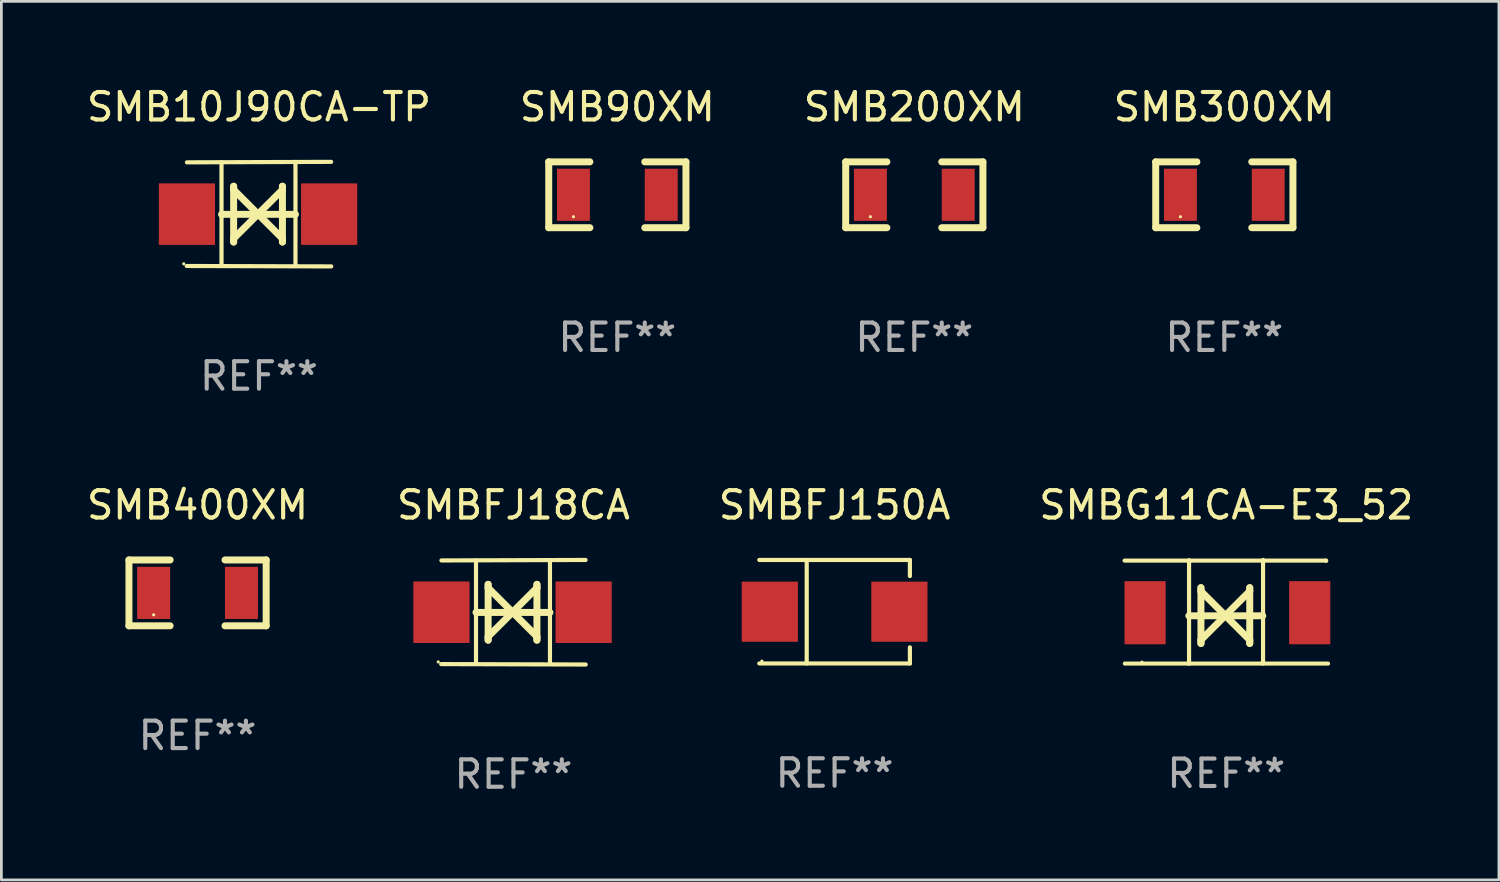
<source format=kicad_pcb>
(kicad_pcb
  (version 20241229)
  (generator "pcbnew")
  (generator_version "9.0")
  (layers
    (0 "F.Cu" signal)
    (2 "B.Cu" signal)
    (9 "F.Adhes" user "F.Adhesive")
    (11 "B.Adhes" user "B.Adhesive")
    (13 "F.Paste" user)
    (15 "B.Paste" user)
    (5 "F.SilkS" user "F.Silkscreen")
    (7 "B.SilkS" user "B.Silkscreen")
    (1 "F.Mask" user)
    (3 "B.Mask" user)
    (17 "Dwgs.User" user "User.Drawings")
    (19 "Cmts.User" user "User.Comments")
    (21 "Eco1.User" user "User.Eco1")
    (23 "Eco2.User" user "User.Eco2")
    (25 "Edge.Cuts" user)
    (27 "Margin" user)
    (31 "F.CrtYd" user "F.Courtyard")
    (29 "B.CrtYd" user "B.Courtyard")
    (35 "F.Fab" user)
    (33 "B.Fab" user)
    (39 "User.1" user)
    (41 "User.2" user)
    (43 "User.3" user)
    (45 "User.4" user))
  (footprint "SMB400XM"
    (layer "F.Cu")
    (at 4.149 18.555)
    (property "Reference" "SMB400XM" (at 0 -3.2 0) (layer "F.SilkS") (effects (font (size 1 1) (thickness 0.15))))
    (attr through_hole)
    (fp_line (start -2.5 -1.2) (end -2.5 1.2) (stroke (width 0.254) (type solid)) (layer "F.SilkS"))
    (fp_line (start -1 -1.2) (end -2.5 -1.2) (stroke (width 0.254) (type solid)) (layer "F.SilkS"))
    (fp_line (start -1 1.2) (end -2.5 1.2) (stroke (width 0.254) (type solid)) (layer "F.SilkS"))
    (fp_line (start 1 -1.2) (end 2.5 -1.2) (stroke (width 0.254) (type solid)) (layer "F.SilkS"))
    (fp_line (start 1 1.2) (end 2.5 1.2) (stroke (width 0.254) (type solid)) (layer "F.SilkS"))
    (fp_line (start 2.5 -1.2) (end 2.5 1.2) (stroke (width 0.254) (type solid)) (layer "F.SilkS"))
    (fp_circle (center -1.6 0.8) (end -1.57 0.8) (stroke (width 0.06) (type solid)) (fill no) (layer "F.SilkS"))
    (fp_text user "REF**" (at 0 5.2 0) (layer "F.Fab") (effects (font (size 1 1) (thickness 0.15))))
    (pad "1" smd rect (at -1.6 0) (size 1.2 1.9) (layers "F.Cu" "F.Mask" "F.Paste"))
    (pad "2" smd rect (at 1.6 0) (size 1.2 1.9) (layers "F.Cu" "F.Mask" "F.Paste")))
  (footprint "SMB300XM"
    (layer "F.Cu")
    (at 41.565 4.048)
    (property "Reference" "SMB300XM" (at 0 -3.2 0) (layer "F.SilkS") (effects (font (size 1 1) (thickness 0.15))))
    (attr through_hole)
    (fp_line (start -2.5 -1.2) (end -2.5 1.2) (stroke (width 0.254) (type solid)) (layer "F.SilkS"))
    (fp_line (start -1 -1.2) (end -2.5 -1.2) (stroke (width 0.254) (type solid)) (layer "F.SilkS"))
    (fp_line (start -1 1.2) (end -2.5 1.2) (stroke (width 0.254) (type solid)) (layer "F.SilkS"))
    (fp_line (start 1 -1.2) (end 2.5 -1.2) (stroke (width 0.254) (type solid)) (layer "F.SilkS"))
    (fp_line (start 1 1.2) (end 2.5 1.2) (stroke (width 0.254) (type solid)) (layer "F.SilkS"))
    (fp_line (start 2.5 -1.2) (end 2.5 1.2) (stroke (width 0.254) (type solid)) (layer "F.SilkS"))
    (fp_circle (center -1.6 0.8) (end -1.57 0.8) (stroke (width 0.06) (type solid)) (fill no) (layer "F.SilkS"))
    (fp_text user "REF**" (at 0 5.2 0) (layer "F.Fab") (effects (font (size 1 1) (thickness 0.15))))
    (pad "1" smd rect (at -1.6 0) (size 1.2 1.9) (layers "F.Cu" "F.Mask" "F.Paste"))
    (pad "2" smd rect (at 1.6 0) (size 1.2 1.9) (layers "F.Cu" "F.Mask" "F.Paste")))
  (footprint "SMBFJ150A"
    (layer "F.Cu")
    (at 27.363 19.241)
    (property "Reference" "SMBFJ150A" (at 0 -3.886 0) (layer "F.SilkS") (effects (font (size 1 1) (thickness 0.15))))
    (attr through_hole)
    (fp_line (start -2.744 -1.886) (end 2.744 -1.886) (stroke (width 0.152) (type solid)) (layer "F.SilkS"))
    (fp_line (start -2.744 1.886) (end 2.744 1.886) (stroke (width 0.152) (type solid)) (layer "F.SilkS"))
    (fp_line (start -1.016 -1.886) (end -1.016 1.886) (stroke (width 0.152) (type solid)) (layer "F.SilkS"))
    (fp_line (start 2.744 -1.886) (end 2.744 -1.299) (stroke (width 0.152) (type solid)) (layer "F.SilkS"))
    (fp_line (start 2.744 1.886) (end 2.744 1.299) (stroke (width 0.152) (type solid)) (layer "F.SilkS"))
    (fp_circle (center -2.65 1.8) (end -2.62 1.8) (stroke (width 0.06) (type solid)) (fill no) (layer "F.SilkS"))
    (fp_text user "REF**" (at 0 5.886 0) (layer "F.Fab") (effects (font (size 1 1) (thickness 0.15))))
    (pad "1" smd rect (at -2.361 0) (size 2.047 2.192) (layers "F.Cu" "F.Mask" "F.Paste"))
    (pad "2" smd rect (at 2.361 0) (size 2.047 2.192) (layers "F.Cu" "F.Mask" "F.Paste")))
  (footprint "SMB200XM"
    (layer "F.Cu")
    (at 30.268 4.048)
    (property "Reference" "SMB200XM" (at 0 -3.2 0) (layer "F.SilkS") (effects (font (size 1 1) (thickness 0.15))))
    (attr through_hole)
    (fp_line (start -2.5 -1.2) (end -2.5 1.2) (stroke (width 0.254) (type solid)) (layer "F.SilkS"))
    (fp_line (start -1 -1.2) (end -2.5 -1.2) (stroke (width 0.254) (type solid)) (layer "F.SilkS"))
    (fp_line (start -1 1.2) (end -2.5 1.2) (stroke (width 0.254) (type solid)) (layer "F.SilkS"))
    (fp_line (start 1 -1.2) (end 2.5 -1.2) (stroke (width 0.254) (type solid)) (layer "F.SilkS"))
    (fp_line (start 1 1.2) (end 2.5 1.2) (stroke (width 0.254) (type solid)) (layer "F.SilkS"))
    (fp_line (start 2.5 -1.2) (end 2.5 1.2) (stroke (width 0.254) (type solid)) (layer "F.SilkS"))
    (fp_circle (center -1.6 0.8) (end -1.57 0.8) (stroke (width 0.06) (type solid)) (fill no) (layer "F.SilkS"))
    (fp_text user "REF**" (at 0 5.2 0) (layer "F.Fab") (effects (font (size 1 1) (thickness 0.15))))
    (pad "1" smd rect (at -1.6 0) (size 1.2 1.9) (layers "F.Cu" "F.Mask" "F.Paste"))
    (pad "2" smd rect (at 1.6 0) (size 1.2 1.9) (layers "F.Cu" "F.Mask" "F.Paste")))
  (footprint "SMB90XM"
    (layer "F.Cu")
    (at 19.446 4.048)
    (property "Reference" "SMB90XM" (at 0 -3.2 0) (layer "F.SilkS") (effects (font (size 1 1) (thickness 0.15))))
    (attr through_hole)
    (fp_line (start -2.5 -1.2) (end -2.5 1.2) (stroke (width 0.254) (type solid)) (layer "F.SilkS"))
    (fp_line (start -1 -1.2) (end -2.5 -1.2) (stroke (width 0.254) (type solid)) (layer "F.SilkS"))
    (fp_line (start -1 1.2) (end -2.5 1.2) (stroke (width 0.254) (type solid)) (layer "F.SilkS"))
    (fp_line (start 1 -1.2) (end 2.5 -1.2) (stroke (width 0.254) (type solid)) (layer "F.SilkS"))
    (fp_line (start 1 1.2) (end 2.5 1.2) (stroke (width 0.254) (type solid)) (layer "F.SilkS"))
    (fp_line (start 2.5 -1.2) (end 2.5 1.2) (stroke (width 0.254) (type solid)) (layer "F.SilkS"))
    (fp_circle (center -1.6 0.8) (end -1.57 0.8) (stroke (width 0.06) (type solid)) (fill no) (layer "F.SilkS"))
    (fp_text user "REF**" (at 0 5.2 0) (layer "F.Fab") (effects (font (size 1 1) (thickness 0.15))))
    (pad "1" smd rect (at -1.6 0) (size 1.2 1.9) (layers "F.Cu" "F.Mask" "F.Paste"))
    (pad "2" smd rect (at 1.6 0) (size 1.2 1.9) (layers "F.Cu" "F.Mask" "F.Paste")))
  (footprint "SMB10J90CA-TP"
    (layer "F.Cu")
    (at 6.387 4.753)
    (property "Reference" "SMB10J90CA-TP" (at 0 -3.905 0) (layer "F.SilkS") (effects (font (size 1 1) (thickness 0.15))))
    (attr through_hole)
    (fp_line (start -1.365 1.886) (end -1.365 -1.886) (stroke (width 0.152) (type solid)) (layer "F.SilkS"))
    (fp_line (start -1.365 0.008) (end 1.33 0.008) (stroke (width 0.254) (type solid)) (layer "F.SilkS"))
    (fp_line (start -0.923 -1.016) (end -0.923 1.016) (stroke (width 0.254) (type solid)) (layer "F.SilkS"))
    (fp_line (start -0.923 -0.889) (end -0.923 -1.016) (stroke (width 0.254) (type solid)) (layer "F.SilkS"))
    (fp_line (start -0.923 0.889) (end -0.034 0) (stroke (width 0.254) (type solid)) (layer "F.SilkS"))
    (fp_line (start -0.923 1.016) (end -0.923 0.889) (stroke (width 0.254) (type solid)) (layer "F.SilkS"))
    (fp_line (start -0.034 0) (end -0.923 -0.889) (stroke (width 0.254) (type solid)) (layer "F.SilkS"))
    (fp_line (start -0.034 0) (end 0.855 0.889) (stroke (width 0.254) (type solid)) (layer "F.SilkS"))
    (fp_line (start 0.855 -1.016) (end 0.855 -0.889) (stroke (width 0.254) (type solid)) (layer "F.SilkS"))
    (fp_line (start 0.855 -0.889) (end -0.034 0) (stroke (width 0.254) (type solid)) (layer "F.SilkS"))
    (fp_line (start 0.855 0.889) (end 0.855 1.016) (stroke (width 0.254) (type solid)) (layer "F.SilkS"))
    (fp_line (start 0.855 1.016) (end 0.855 -1.016) (stroke (width 0.254) (type solid)) (layer "F.SilkS"))
    (fp_line (start 1.33 1.886) (end 1.33 -1.886) (stroke (width 0.152) (type solid)) (layer "F.SilkS"))
    (fp_line (start 2.629 -1.905) (end -2.625 -1.887) (stroke (width 0.152) (type solid)) (layer "F.SilkS"))
    (fp_line (start 2.633 1.905) (end -2.633 1.89) (stroke (width 0.152) (type solid)) (layer "F.SilkS"))
    (fp_circle (center -2.741 1.81) (end -2.711 1.81) (stroke (width 0.06) (type solid)) (fill no) (layer "F.SilkS"))
    (fp_text user "REF**" (at 0 5.905 0) (layer "F.Fab") (effects (font (size 1 1) (thickness 0.15))))
    (pad "1" smd rect (at -2.625 0) (size 2.047 2.241) (layers "F.Cu" "F.Mask" "F.Paste"))
    (pad "2" smd rect (at 2.557 0) (size 2.047 2.241) (layers "F.Cu" "F.Mask" "F.Paste")))
  (footprint "SMBG11CA-E3_52"
    (layer "F.Cu")
    (at 41.637 19.246)
    (property "Reference" "SMBG11CA-E3_52" (at 0 -3.891 0) (layer "F.SilkS") (effects (font (size 1 1) (thickness 0.15))))
    (attr through_hole)
    (fp_line (start -3.707 -1.868) (end 3.631 -1.868) (stroke (width 0.15) (type solid)) (layer "F.SilkS"))
    (fp_line (start -3.697 1.885) (end 3.707 1.885) (stroke (width 0.15) (type solid)) (layer "F.SilkS"))
    (fp_line (start -1.366 0.144) (end 1.329 0.144) (stroke (width 0.254) (type solid)) (layer "F.SilkS"))
    (fp_line (start -1.357 1.891) (end -1.357 -1.881) (stroke (width 0.152) (type solid)) (layer "F.SilkS"))
    (fp_line (start -0.924 -0.88) (end -0.924 1.152) (stroke (width 0.254) (type solid)) (layer "F.SilkS"))
    (fp_line (start -0.924 -0.753) (end -0.924 -0.88) (stroke (width 0.254) (type solid)) (layer "F.SilkS"))
    (fp_line (start -0.924 1.025) (end -0.035 0.136) (stroke (width 0.254) (type solid)) (layer "F.SilkS"))
    (fp_line (start -0.924 1.152) (end -0.924 1.025) (stroke (width 0.254) (type solid)) (layer "F.SilkS"))
    (fp_line (start -0.035 0.136) (end -0.924 -0.753) (stroke (width 0.254) (type solid)) (layer "F.SilkS"))
    (fp_line (start -0.035 0.136) (end 0.854 1.025) (stroke (width 0.254) (type solid)) (layer "F.SilkS"))
    (fp_line (start 0.854 -0.88) (end 0.854 -0.753) (stroke (width 0.254) (type solid)) (layer "F.SilkS"))
    (fp_line (start 0.854 -0.753) (end -0.035 0.136) (stroke (width 0.254) (type solid)) (layer "F.SilkS"))
    (fp_line (start 0.854 1.025) (end 0.854 1.152) (stroke (width 0.254) (type solid)) (layer "F.SilkS"))
    (fp_line (start 0.854 1.152) (end 0.854 -0.88) (stroke (width 0.254) (type solid)) (layer "F.SilkS"))
    (fp_line (start 1.339 1.881) (end 1.339 -1.891) (stroke (width 0.152) (type solid)) (layer "F.SilkS"))
    (fp_line (start 3.631 -1.868) (end 3.641 -1.859) (stroke (width 0.15) (type solid)) (layer "F.SilkS"))
    (fp_circle (center -3.072 1.832) (end -3.042 1.832) (stroke (width 0.06) (type solid)) (fill no) (layer "F.SilkS"))
    (fp_text user "REF**" (at 0 5.891 0) (layer "F.Fab") (effects (font (size 1 1) (thickness 0.15))))
    (pad "1" smd rect (at -2.96 0.032) (size 1.5 2.3) (layers "F.Cu" "F.Mask" "F.Paste"))
    (pad "2" smd rect (at 3.04 0.032) (size 1.5 2.3) (layers "F.Cu" "F.Mask" "F.Paste")))
  (footprint "SMBFJ18CA"
    (layer "F.Cu")
    (at 15.661 19.26)
    (property "Reference" "SMBFJ18CA" (at 0 -3.905 0) (layer "F.SilkS") (effects (font (size 1 1) (thickness 0.15))))
    (attr through_hole)
    (fp_line (start -1.365 1.886) (end -1.365 -1.886) (stroke (width 0.152) (type solid)) (layer "F.SilkS"))
    (fp_line (start -1.365 0.008) (end 1.33 0.008) (stroke (width 0.254) (type solid)) (layer "F.SilkS"))
    (fp_line (start -0.923 -1.016) (end -0.923 1.016) (stroke (width 0.254) (type solid)) (layer "F.SilkS"))
    (fp_line (start -0.923 -0.889) (end -0.923 -1.016) (stroke (width 0.254) (type solid)) (layer "F.SilkS"))
    (fp_line (start -0.923 0.889) (end -0.034 0) (stroke (width 0.254) (type solid)) (layer "F.SilkS"))
    (fp_line (start -0.923 1.016) (end -0.923 0.889) (stroke (width 0.254) (type solid)) (layer "F.SilkS"))
    (fp_line (start -0.034 0) (end -0.923 -0.889) (stroke (width 0.254) (type solid)) (layer "F.SilkS"))
    (fp_line (start -0.034 0) (end 0.855 0.889) (stroke (width 0.254) (type solid)) (layer "F.SilkS"))
    (fp_line (start 0.855 -1.016) (end 0.855 -0.889) (stroke (width 0.254) (type solid)) (layer "F.SilkS"))
    (fp_line (start 0.855 -0.889) (end -0.034 0) (stroke (width 0.254) (type solid)) (layer "F.SilkS"))
    (fp_line (start 0.855 0.889) (end 0.855 1.016) (stroke (width 0.254) (type solid)) (layer "F.SilkS"))
    (fp_line (start 0.855 1.016) (end 0.855 -1.016) (stroke (width 0.254) (type solid)) (layer "F.SilkS"))
    (fp_line (start 1.33 1.886) (end 1.33 -1.886) (stroke (width 0.152) (type solid)) (layer "F.SilkS"))
    (fp_line (start 2.629 -1.905) (end -2.625 -1.887) (stroke (width 0.152) (type solid)) (layer "F.SilkS"))
    (fp_line (start 2.633 1.905) (end -2.633 1.89) (stroke (width 0.152) (type solid)) (layer "F.SilkS"))
    (fp_circle (center -2.741 1.81) (end -2.711 1.81) (stroke (width 0.06) (type solid)) (fill no) (layer "F.SilkS"))
    (fp_text user "REF**" (at 0 5.905 0) (layer "F.Fab") (effects (font (size 1 1) (thickness 0.15))))
    (pad "1" smd rect (at -2.625 0) (size 2.047 2.241) (layers "F.Cu" "F.Mask" "F.Paste"))
    (pad "2" smd rect (at 2.557 0) (size 2.047 2.241) (layers "F.Cu" "F.Mask" "F.Paste")))
  (gr_rect
    (start -3 -3)
    (end 51.571 29.013)
    (stroke (width 0.1) (type default))
    (fill no)
    (layer "Edge.Cuts")))
</source>
